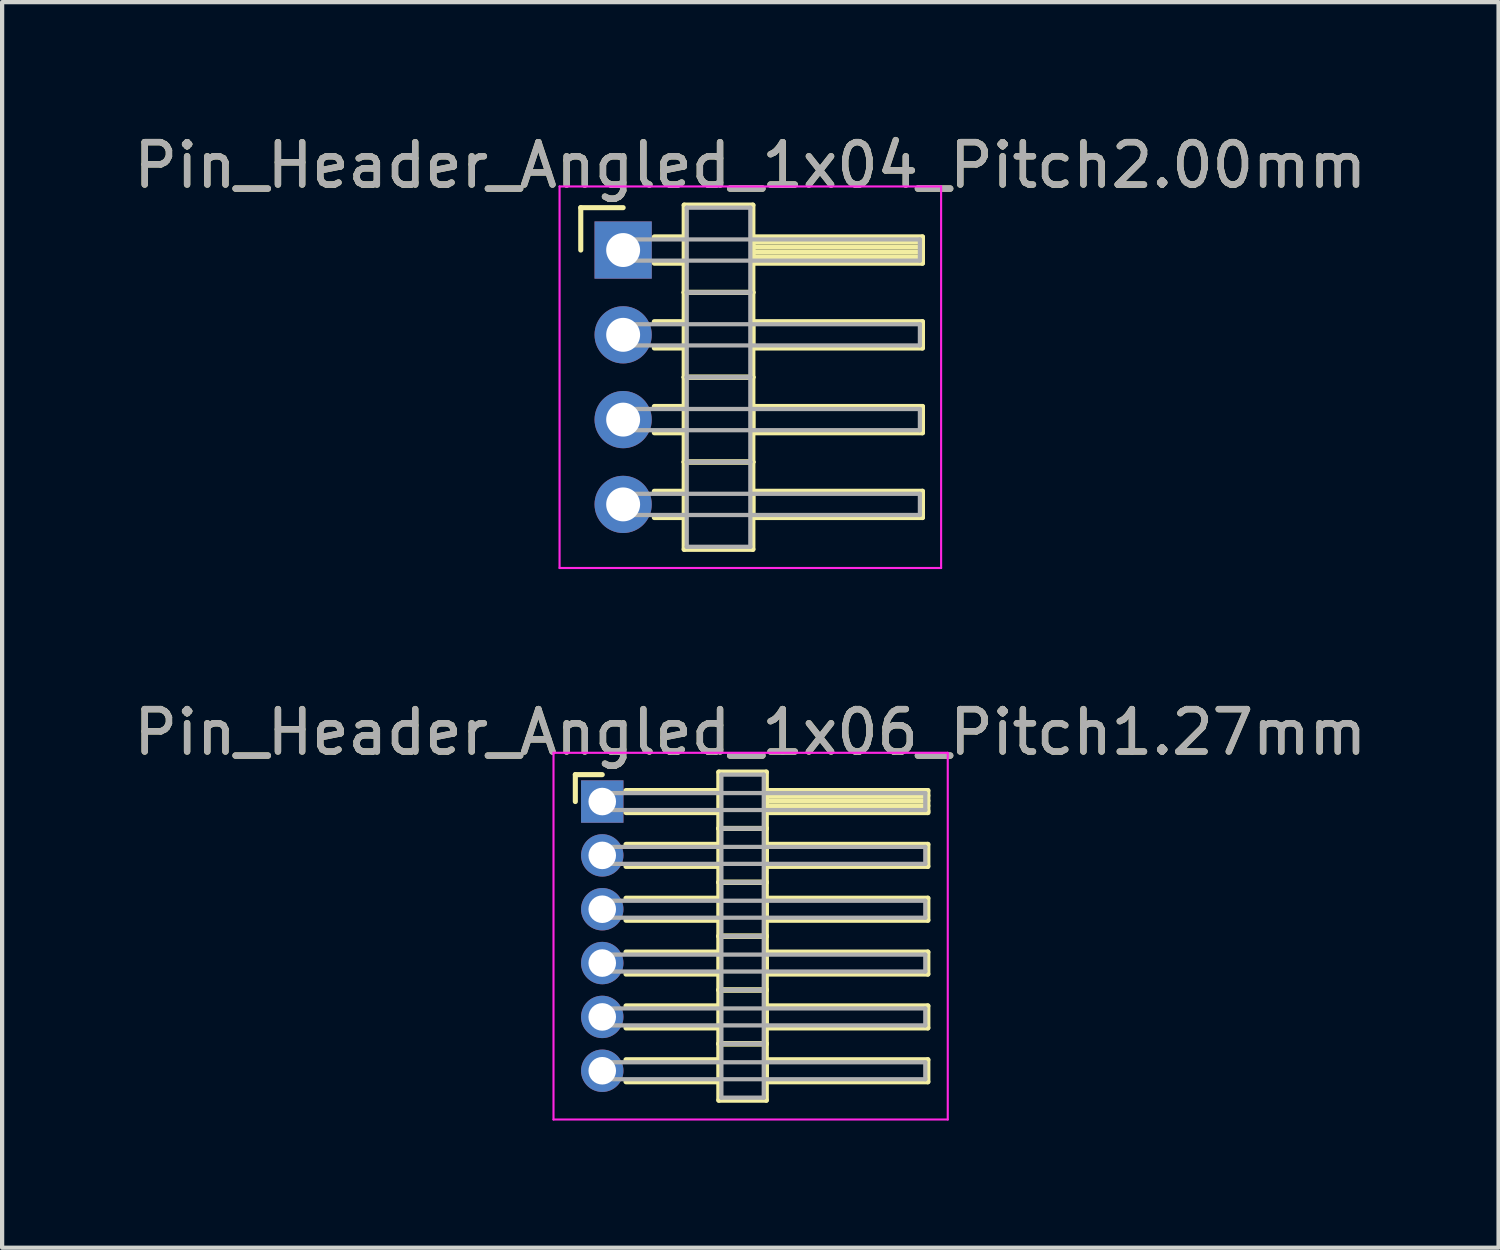
<source format=kicad_pcb>
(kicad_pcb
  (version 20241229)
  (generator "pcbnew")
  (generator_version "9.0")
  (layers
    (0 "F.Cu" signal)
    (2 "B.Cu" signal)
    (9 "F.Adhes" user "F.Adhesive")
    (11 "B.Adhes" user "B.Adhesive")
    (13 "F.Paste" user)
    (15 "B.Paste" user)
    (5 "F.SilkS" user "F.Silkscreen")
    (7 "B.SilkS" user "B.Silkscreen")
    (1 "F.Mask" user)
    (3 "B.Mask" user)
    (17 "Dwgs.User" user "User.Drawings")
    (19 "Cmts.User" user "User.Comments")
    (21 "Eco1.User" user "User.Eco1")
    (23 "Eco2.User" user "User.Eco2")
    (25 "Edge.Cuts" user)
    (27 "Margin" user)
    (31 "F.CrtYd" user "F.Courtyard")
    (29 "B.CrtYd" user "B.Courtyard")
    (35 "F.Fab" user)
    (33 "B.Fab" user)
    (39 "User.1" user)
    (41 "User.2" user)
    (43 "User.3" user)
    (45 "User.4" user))
  (footprint "Pin_Header_Angled_1x06_Pitch1.27mm"
    (layer "F.Cu")
    (at 11.156 15.857)
    (property "Reference" "Pin_Header_Angled_1x06_Pitch1.27mm" (at 3.493 -1.635 0) (layer "F.SilkS") (effects (font (size 1 1) (thickness 0.15))))
    (attr through_hole)
    (fp_line (start -0.635 -0.635) (end 0 -0.635) (stroke (width 0.12) (type solid)) (layer "F.SilkS"))
    (fp_line (start -0.635 0) (end -0.635 -0.635) (stroke (width 0.12) (type solid)) (layer "F.SilkS"))
    (fp_line (start 0.56 -0.26) (end 2.75 -0.26) (stroke (width 0.12) (type solid)) (layer "F.SilkS"))
    (fp_line (start 0.56 0.26) (end 2.75 0.26) (stroke (width 0.12) (type solid)) (layer "F.SilkS"))
    (fp_line (start 0.56 1.01) (end 2.75 1.01) (stroke (width 0.12) (type solid)) (layer "F.SilkS"))
    (fp_line (start 0.56 1.53) (end 2.75 1.53) (stroke (width 0.12) (type solid)) (layer "F.SilkS"))
    (fp_line (start 0.56 2.28) (end 2.75 2.28) (stroke (width 0.12) (type solid)) (layer "F.SilkS"))
    (fp_line (start 0.56 2.8) (end 2.75 2.8) (stroke (width 0.12) (type solid)) (layer "F.SilkS"))
    (fp_line (start 0.56 3.55) (end 2.75 3.55) (stroke (width 0.12) (type solid)) (layer "F.SilkS"))
    (fp_line (start 0.56 4.07) (end 2.75 4.07) (stroke (width 0.12) (type solid)) (layer "F.SilkS"))
    (fp_line (start 0.56 4.82) (end 2.75 4.82) (stroke (width 0.12) (type solid)) (layer "F.SilkS"))
    (fp_line (start 0.56 5.34) (end 2.75 5.34) (stroke (width 0.12) (type solid)) (layer "F.SilkS"))
    (fp_line (start 0.56 6.09) (end 2.75 6.09) (stroke (width 0.12) (type solid)) (layer "F.SilkS"))
    (fp_line (start 0.56 6.61) (end 2.75 6.61) (stroke (width 0.12) (type solid)) (layer "F.SilkS"))
    (fp_line (start 2.75 -0.695) (end 2.75 0.635) (stroke (width 0.12) (type solid)) (layer "F.SilkS"))
    (fp_line (start 2.75 0.635) (end 2.75 1.905) (stroke (width 0.12) (type solid)) (layer "F.SilkS"))
    (fp_line (start 2.75 0.635) (end 3.87 0.635) (stroke (width 0.12) (type solid)) (layer "F.SilkS"))
    (fp_line (start 2.75 1.905) (end 2.75 3.175) (stroke (width 0.12) (type solid)) (layer "F.SilkS"))
    (fp_line (start 2.75 1.905) (end 3.87 1.905) (stroke (width 0.12) (type solid)) (layer "F.SilkS"))
    (fp_line (start 2.75 3.175) (end 2.75 4.445) (stroke (width 0.12) (type solid)) (layer "F.SilkS"))
    (fp_line (start 2.75 3.175) (end 3.87 3.175) (stroke (width 0.12) (type solid)) (layer "F.SilkS"))
    (fp_line (start 2.75 4.445) (end 2.75 5.715) (stroke (width 0.12) (type solid)) (layer "F.SilkS"))
    (fp_line (start 2.75 4.445) (end 3.87 4.445) (stroke (width 0.12) (type solid)) (layer "F.SilkS"))
    (fp_line (start 2.75 5.715) (end 2.75 7.045) (stroke (width 0.12) (type solid)) (layer "F.SilkS"))
    (fp_line (start 2.75 5.715) (end 3.87 5.715) (stroke (width 0.12) (type solid)) (layer "F.SilkS"))
    (fp_line (start 2.75 7.045) (end 3.87 7.045) (stroke (width 0.12) (type solid)) (layer "F.SilkS"))
    (fp_line (start 3.87 -0.695) (end 2.75 -0.695) (stroke (width 0.12) (type solid)) (layer "F.SilkS"))
    (fp_line (start 3.87 -0.26) (end 3.87 0.26) (stroke (width 0.12) (type solid)) (layer "F.SilkS"))
    (fp_line (start 3.87 -0.14) (end 7.68 -0.14) (stroke (width 0.12) (type solid)) (layer "F.SilkS"))
    (fp_line (start 3.87 -0.02) (end 7.68 -0.02) (stroke (width 0.12) (type solid)) (layer "F.SilkS"))
    (fp_line (start 3.87 0.1) (end 7.68 0.1) (stroke (width 0.12) (type solid)) (layer "F.SilkS"))
    (fp_line (start 3.87 0.22) (end 7.68 0.22) (stroke (width 0.12) (type solid)) (layer "F.SilkS"))
    (fp_line (start 3.87 0.26) (end 7.68 0.26) (stroke (width 0.12) (type solid)) (layer "F.SilkS"))
    (fp_line (start 3.87 0.635) (end 2.75 0.635) (stroke (width 0.12) (type solid)) (layer "F.SilkS"))
    (fp_line (start 3.87 0.635) (end 3.87 -0.695) (stroke (width 0.12) (type solid)) (layer "F.SilkS"))
    (fp_line (start 3.87 1.01) (end 3.87 1.53) (stroke (width 0.12) (type solid)) (layer "F.SilkS"))
    (fp_line (start 3.87 1.53) (end 7.68 1.53) (stroke (width 0.12) (type solid)) (layer "F.SilkS"))
    (fp_line (start 3.87 1.905) (end 2.75 1.905) (stroke (width 0.12) (type solid)) (layer "F.SilkS"))
    (fp_line (start 3.87 1.905) (end 3.87 0.635) (stroke (width 0.12) (type solid)) (layer "F.SilkS"))
    (fp_line (start 3.87 2.28) (end 3.87 2.8) (stroke (width 0.12) (type solid)) (layer "F.SilkS"))
    (fp_line (start 3.87 2.8) (end 7.68 2.8) (stroke (width 0.12) (type solid)) (layer "F.SilkS"))
    (fp_line (start 3.87 3.175) (end 2.75 3.175) (stroke (width 0.12) (type solid)) (layer "F.SilkS"))
    (fp_line (start 3.87 3.175) (end 3.87 1.905) (stroke (width 0.12) (type solid)) (layer "F.SilkS"))
    (fp_line (start 3.87 3.55) (end 3.87 4.07) (stroke (width 0.12) (type solid)) (layer "F.SilkS"))
    (fp_line (start 3.87 4.07) (end 7.68 4.07) (stroke (width 0.12) (type solid)) (layer "F.SilkS"))
    (fp_line (start 3.87 4.445) (end 2.75 4.445) (stroke (width 0.12) (type solid)) (layer "F.SilkS"))
    (fp_line (start 3.87 4.445) (end 3.87 3.175) (stroke (width 0.12) (type solid)) (layer "F.SilkS"))
    (fp_line (start 3.87 4.82) (end 3.87 5.34) (stroke (width 0.12) (type solid)) (layer "F.SilkS"))
    (fp_line (start 3.87 5.34) (end 7.68 5.34) (stroke (width 0.12) (type solid)) (layer "F.SilkS"))
    (fp_line (start 3.87 5.715) (end 2.75 5.715) (stroke (width 0.12) (type solid)) (layer "F.SilkS"))
    (fp_line (start 3.87 5.715) (end 3.87 4.445) (stroke (width 0.12) (type solid)) (layer "F.SilkS"))
    (fp_line (start 3.87 6.09) (end 3.87 6.61) (stroke (width 0.12) (type solid)) (layer "F.SilkS"))
    (fp_line (start 3.87 6.61) (end 7.68 6.61) (stroke (width 0.12) (type solid)) (layer "F.SilkS"))
    (fp_line (start 3.87 7.045) (end 3.87 5.715) (stroke (width 0.12) (type solid)) (layer "F.SilkS"))
    (fp_line (start 7.68 -0.26) (end 3.87 -0.26) (stroke (width 0.12) (type solid)) (layer "F.SilkS"))
    (fp_line (start 7.68 0.26) (end 7.68 -0.26) (stroke (width 0.12) (type solid)) (layer "F.SilkS"))
    (fp_line (start 7.68 1.01) (end 3.87 1.01) (stroke (width 0.12) (type solid)) (layer "F.SilkS"))
    (fp_line (start 7.68 1.53) (end 7.68 1.01) (stroke (width 0.12) (type solid)) (layer "F.SilkS"))
    (fp_line (start 7.68 2.28) (end 3.87 2.28) (stroke (width 0.12) (type solid)) (layer "F.SilkS"))
    (fp_line (start 7.68 2.8) (end 7.68 2.28) (stroke (width 0.12) (type solid)) (layer "F.SilkS"))
    (fp_line (start 7.68 3.55) (end 3.87 3.55) (stroke (width 0.12) (type solid)) (layer "F.SilkS"))
    (fp_line (start 7.68 4.07) (end 7.68 3.55) (stroke (width 0.12) (type solid)) (layer "F.SilkS"))
    (fp_line (start 7.68 4.82) (end 3.87 4.82) (stroke (width 0.12) (type solid)) (layer "F.SilkS"))
    (fp_line (start 7.68 5.34) (end 7.68 4.82) (stroke (width 0.12) (type solid)) (layer "F.SilkS"))
    (fp_line (start 7.68 6.09) (end 3.87 6.09) (stroke (width 0.12) (type solid)) (layer "F.SilkS"))
    (fp_line (start 7.68 6.61) (end 7.68 6.09) (stroke (width 0.12) (type solid)) (layer "F.SilkS"))
    (fp_line (start -1.15 -1.15) (end -1.15 7.5) (stroke (width 0.05) (type solid)) (layer "F.CrtYd"))
    (fp_line (start -1.15 7.5) (end 8.15 7.5) (stroke (width 0.05) (type solid)) (layer "F.CrtYd"))
    (fp_line (start 8.15 -1.15) (end -1.15 -1.15) (stroke (width 0.05) (type solid)) (layer "F.CrtYd"))
    (fp_line (start 8.15 7.5) (end 8.15 -1.15) (stroke (width 0.05) (type solid)) (layer "F.CrtYd"))
    (fp_line (start 0 -0.2) (end 0 0.2) (stroke (width 0.1) (type solid)) (layer "F.Fab"))
    (fp_line (start 0 0.2) (end 7.62 0.2) (stroke (width 0.1) (type solid)) (layer "F.Fab"))
    (fp_line (start 0 1.07) (end 0 1.47) (stroke (width 0.1) (type solid)) (layer "F.Fab"))
    (fp_line (start 0 1.47) (end 7.62 1.47) (stroke (width 0.1) (type solid)) (layer "F.Fab"))
    (fp_line (start 0 2.34) (end 0 2.74) (stroke (width 0.1) (type solid)) (layer "F.Fab"))
    (fp_line (start 0 2.74) (end 7.62 2.74) (stroke (width 0.1) (type solid)) (layer "F.Fab"))
    (fp_line (start 0 3.61) (end 0 4.01) (stroke (width 0.1) (type solid)) (layer "F.Fab"))
    (fp_line (start 0 4.01) (end 7.62 4.01) (stroke (width 0.1) (type solid)) (layer "F.Fab"))
    (fp_line (start 0 4.88) (end 0 5.28) (stroke (width 0.1) (type solid)) (layer "F.Fab"))
    (fp_line (start 0 5.28) (end 7.62 5.28) (stroke (width 0.1) (type solid)) (layer "F.Fab"))
    (fp_line (start 0 6.15) (end 0 6.55) (stroke (width 0.1) (type solid)) (layer "F.Fab"))
    (fp_line (start 0 6.55) (end 7.62 6.55) (stroke (width 0.1) (type solid)) (layer "F.Fab"))
    (fp_line (start 2.81 -0.635) (end 2.81 0.635) (stroke (width 0.1) (type solid)) (layer "F.Fab"))
    (fp_line (start 2.81 0.635) (end 2.81 1.905) (stroke (width 0.1) (type solid)) (layer "F.Fab"))
    (fp_line (start 2.81 0.635) (end 3.81 0.635) (stroke (width 0.1) (type solid)) (layer "F.Fab"))
    (fp_line (start 2.81 1.905) (end 2.81 3.175) (stroke (width 0.1) (type solid)) (layer "F.Fab"))
    (fp_line (start 2.81 1.905) (end 3.81 1.905) (stroke (width 0.1) (type solid)) (layer "F.Fab"))
    (fp_line (start 2.81 3.175) (end 2.81 4.445) (stroke (width 0.1) (type solid)) (layer "F.Fab"))
    (fp_line (start 2.81 3.175) (end 3.81 3.175) (stroke (width 0.1) (type solid)) (layer "F.Fab"))
    (fp_line (start 2.81 4.445) (end 2.81 5.715) (stroke (width 0.1) (type solid)) (layer "F.Fab"))
    (fp_line (start 2.81 4.445) (end 3.81 4.445) (stroke (width 0.1) (type solid)) (layer "F.Fab"))
    (fp_line (start 2.81 5.715) (end 2.81 6.985) (stroke (width 0.1) (type solid)) (layer "F.Fab"))
    (fp_line (start 2.81 5.715) (end 3.81 5.715) (stroke (width 0.1) (type solid)) (layer "F.Fab"))
    (fp_line (start 2.81 6.985) (end 3.81 6.985) (stroke (width 0.1) (type solid)) (layer "F.Fab"))
    (fp_line (start 3.81 -0.635) (end 2.81 -0.635) (stroke (width 0.1) (type solid)) (layer "F.Fab"))
    (fp_line (start 3.81 0.635) (end 2.81 0.635) (stroke (width 0.1) (type solid)) (layer "F.Fab"))
    (fp_line (start 3.81 0.635) (end 3.81 -0.635) (stroke (width 0.1) (type solid)) (layer "F.Fab"))
    (fp_line (start 3.81 1.905) (end 2.81 1.905) (stroke (width 0.1) (type solid)) (layer "F.Fab"))
    (fp_line (start 3.81 1.905) (end 3.81 0.635) (stroke (width 0.1) (type solid)) (layer "F.Fab"))
    (fp_line (start 3.81 3.175) (end 2.81 3.175) (stroke (width 0.1) (type solid)) (layer "F.Fab"))
    (fp_line (start 3.81 3.175) (end 3.81 1.905) (stroke (width 0.1) (type solid)) (layer "F.Fab"))
    (fp_line (start 3.81 4.445) (end 2.81 4.445) (stroke (width 0.1) (type solid)) (layer "F.Fab"))
    (fp_line (start 3.81 4.445) (end 3.81 3.175) (stroke (width 0.1) (type solid)) (layer "F.Fab"))
    (fp_line (start 3.81 5.715) (end 2.81 5.715) (stroke (width 0.1) (type solid)) (layer "F.Fab"))
    (fp_line (start 3.81 5.715) (end 3.81 4.445) (stroke (width 0.1) (type solid)) (layer "F.Fab"))
    (fp_line (start 3.81 6.985) (end 3.81 5.715) (stroke (width 0.1) (type solid)) (layer "F.Fab"))
    (fp_line (start 7.62 -0.2) (end 0 -0.2) (stroke (width 0.1) (type solid)) (layer "F.Fab"))
    (fp_line (start 7.62 0.2) (end 7.62 -0.2) (stroke (width 0.1) (type solid)) (layer "F.Fab"))
    (fp_line (start 7.62 1.07) (end 0 1.07) (stroke (width 0.1) (type solid)) (layer "F.Fab"))
    (fp_line (start 7.62 1.47) (end 7.62 1.07) (stroke (width 0.1) (type solid)) (layer "F.Fab"))
    (fp_line (start 7.62 2.34) (end 0 2.34) (stroke (width 0.1) (type solid)) (layer "F.Fab"))
    (fp_line (start 7.62 2.74) (end 7.62 2.34) (stroke (width 0.1) (type solid)) (layer "F.Fab"))
    (fp_line (start 7.62 3.61) (end 0 3.61) (stroke (width 0.1) (type solid)) (layer "F.Fab"))
    (fp_line (start 7.62 4.01) (end 7.62 3.61) (stroke (width 0.1) (type solid)) (layer "F.Fab"))
    (fp_line (start 7.62 4.88) (end 0 4.88) (stroke (width 0.1) (type solid)) (layer "F.Fab"))
    (fp_line (start 7.62 5.28) (end 7.62 4.88) (stroke (width 0.1) (type solid)) (layer "F.Fab"))
    (fp_line (start 7.62 6.15) (end 0 6.15) (stroke (width 0.1) (type solid)) (layer "F.Fab"))
    (fp_line (start 7.62 6.55) (end 7.62 6.15) (stroke (width 0.1) (type solid)) (layer "F.Fab"))
    (fp_text user "${REFERENCE}" (at 3.493 -1.635 0) (layer "F.Fab") (effects (font (size 1 1) (thickness 0.15))))
    (pad "1" thru_hole rect (at 0 0) (size 1 1) (drill 0.65) (layers "*.Cu" "*.Mask"))
    (pad "2" thru_hole oval (at 0 1.27) (size 1 1) (drill 0.65) (layers "*.Cu" "*.Mask"))
    (pad "3" thru_hole oval (at 0 2.54) (size 1 1) (drill 0.65) (layers "*.Cu" "*.Mask"))
    (pad "4" thru_hole oval (at 0 3.81) (size 1 1) (drill 0.65) (layers "*.Cu" "*.Mask"))
    (pad "5" thru_hole oval (at 0 5.08) (size 1 1) (drill 0.65) (layers "*.Cu" "*.Mask"))
    (pad "6" thru_hole oval (at 0 6.35) (size 1 1) (drill 0.65) (layers "*.Cu" "*.Mask")))
  (footprint "Pin_Header_Angled_1x04_Pitch2.00mm"
    (layer "F.Cu")
    (at 11.649 2.848)
    (property "Reference" "Pin_Header_Angled_1x04_Pitch2.00mm" (at 3 -2 0) (layer "F.SilkS") (effects (font (size 1 1) (thickness 0.15))))
    (attr through_hole)
    (fp_line (start -1 -1) (end 0 -1) (stroke (width 0.12) (type solid)) (layer "F.SilkS"))
    (fp_line (start -1 0) (end -1 -1) (stroke (width 0.12) (type solid)) (layer "F.SilkS"))
    (fp_line (start 0.735 -0.31) (end 1.44 -0.31) (stroke (width 0.12) (type solid)) (layer "F.SilkS"))
    (fp_line (start 0.735 0.31) (end 1.44 0.31) (stroke (width 0.12) (type solid)) (layer "F.SilkS"))
    (fp_line (start 0.735 1.69) (end 1.44 1.69) (stroke (width 0.12) (type solid)) (layer "F.SilkS"))
    (fp_line (start 0.735 2.31) (end 1.44 2.31) (stroke (width 0.12) (type solid)) (layer "F.SilkS"))
    (fp_line (start 0.735 3.69) (end 1.44 3.69) (stroke (width 0.12) (type solid)) (layer "F.SilkS"))
    (fp_line (start 0.735 4.31) (end 1.44 4.31) (stroke (width 0.12) (type solid)) (layer "F.SilkS"))
    (fp_line (start 0.735 5.69) (end 1.44 5.69) (stroke (width 0.12) (type solid)) (layer "F.SilkS"))
    (fp_line (start 0.735 6.31) (end 1.44 6.31) (stroke (width 0.12) (type solid)) (layer "F.SilkS"))
    (fp_line (start 1.44 -1.06) (end 1.44 1) (stroke (width 0.12) (type solid)) (layer "F.SilkS"))
    (fp_line (start 1.44 1) (end 1.44 3) (stroke (width 0.12) (type solid)) (layer "F.SilkS"))
    (fp_line (start 1.44 1) (end 3.06 1) (stroke (width 0.12) (type solid)) (layer "F.SilkS"))
    (fp_line (start 1.44 3) (end 1.44 5) (stroke (width 0.12) (type solid)) (layer "F.SilkS"))
    (fp_line (start 1.44 3) (end 3.06 3) (stroke (width 0.12) (type solid)) (layer "F.SilkS"))
    (fp_line (start 1.44 5) (end 1.44 7.06) (stroke (width 0.12) (type solid)) (layer "F.SilkS"))
    (fp_line (start 1.44 5) (end 3.06 5) (stroke (width 0.12) (type solid)) (layer "F.SilkS"))
    (fp_line (start 1.44 7.06) (end 3.06 7.06) (stroke (width 0.12) (type solid)) (layer "F.SilkS"))
    (fp_line (start 3.06 -1.06) (end 1.44 -1.06) (stroke (width 0.12) (type solid)) (layer "F.SilkS"))
    (fp_line (start 3.06 -0.31) (end 3.06 0.31) (stroke (width 0.12) (type solid)) (layer "F.SilkS"))
    (fp_line (start 3.06 -0.19) (end 7.06 -0.19) (stroke (width 0.12) (type solid)) (layer "F.SilkS"))
    (fp_line (start 3.06 -0.07) (end 7.06 -0.07) (stroke (width 0.12) (type solid)) (layer "F.SilkS"))
    (fp_line (start 3.06 0.05) (end 7.06 0.05) (stroke (width 0.12) (type solid)) (layer "F.SilkS"))
    (fp_line (start 3.06 0.17) (end 7.06 0.17) (stroke (width 0.12) (type solid)) (layer "F.SilkS"))
    (fp_line (start 3.06 0.29) (end 7.06 0.29) (stroke (width 0.12) (type solid)) (layer "F.SilkS"))
    (fp_line (start 3.06 0.31) (end 7.06 0.31) (stroke (width 0.12) (type solid)) (layer "F.SilkS"))
    (fp_line (start 3.06 1) (end 1.44 1) (stroke (width 0.12) (type solid)) (layer "F.SilkS"))
    (fp_line (start 3.06 1) (end 3.06 -1.06) (stroke (width 0.12) (type solid)) (layer "F.SilkS"))
    (fp_line (start 3.06 1.69) (end 3.06 2.31) (stroke (width 0.12) (type solid)) (layer "F.SilkS"))
    (fp_line (start 3.06 2.31) (end 7.06 2.31) (stroke (width 0.12) (type solid)) (layer "F.SilkS"))
    (fp_line (start 3.06 3) (end 1.44 3) (stroke (width 0.12) (type solid)) (layer "F.SilkS"))
    (fp_line (start 3.06 3) (end 3.06 1) (stroke (width 0.12) (type solid)) (layer "F.SilkS"))
    (fp_line (start 3.06 3.69) (end 3.06 4.31) (stroke (width 0.12) (type solid)) (layer "F.SilkS"))
    (fp_line (start 3.06 4.31) (end 7.06 4.31) (stroke (width 0.12) (type solid)) (layer "F.SilkS"))
    (fp_line (start 3.06 5) (end 1.44 5) (stroke (width 0.12) (type solid)) (layer "F.SilkS"))
    (fp_line (start 3.06 5) (end 3.06 3) (stroke (width 0.12) (type solid)) (layer "F.SilkS"))
    (fp_line (start 3.06 5.69) (end 3.06 6.31) (stroke (width 0.12) (type solid)) (layer "F.SilkS"))
    (fp_line (start 3.06 6.31) (end 7.06 6.31) (stroke (width 0.12) (type solid)) (layer "F.SilkS"))
    (fp_line (start 3.06 7.06) (end 3.06 5) (stroke (width 0.12) (type solid)) (layer "F.SilkS"))
    (fp_line (start 7.06 -0.31) (end 3.06 -0.31) (stroke (width 0.12) (type solid)) (layer "F.SilkS"))
    (fp_line (start 7.06 0.31) (end 7.06 -0.31) (stroke (width 0.12) (type solid)) (layer "F.SilkS"))
    (fp_line (start 7.06 1.69) (end 3.06 1.69) (stroke (width 0.12) (type solid)) (layer "F.SilkS"))
    (fp_line (start 7.06 2.31) (end 7.06 1.69) (stroke (width 0.12) (type solid)) (layer "F.SilkS"))
    (fp_line (start 7.06 3.69) (end 3.06 3.69) (stroke (width 0.12) (type solid)) (layer "F.SilkS"))
    (fp_line (start 7.06 4.31) (end 7.06 3.69) (stroke (width 0.12) (type solid)) (layer "F.SilkS"))
    (fp_line (start 7.06 5.69) (end 3.06 5.69) (stroke (width 0.12) (type solid)) (layer "F.SilkS"))
    (fp_line (start 7.06 6.31) (end 7.06 5.69) (stroke (width 0.12) (type solid)) (layer "F.SilkS"))
    (fp_line (start -1.5 -1.5) (end -1.5 7.5) (stroke (width 0.05) (type solid)) (layer "F.CrtYd"))
    (fp_line (start -1.5 7.5) (end 7.5 7.5) (stroke (width 0.05) (type solid)) (layer "F.CrtYd"))
    (fp_line (start 7.5 -1.5) (end -1.5 -1.5) (stroke (width 0.05) (type solid)) (layer "F.CrtYd"))
    (fp_line (start 7.5 7.5) (end 7.5 -1.5) (stroke (width 0.05) (type solid)) (layer "F.CrtYd"))
    (fp_line (start 0 -0.25) (end 0 0.25) (stroke (width 0.1) (type solid)) (layer "F.Fab"))
    (fp_line (start 0 0.25) (end 7 0.25) (stroke (width 0.1) (type solid)) (layer "F.Fab"))
    (fp_line (start 0 1.75) (end 0 2.25) (stroke (width 0.1) (type solid)) (layer "F.Fab"))
    (fp_line (start 0 2.25) (end 7 2.25) (stroke (width 0.1) (type solid)) (layer "F.Fab"))
    (fp_line (start 0 3.75) (end 0 4.25) (stroke (width 0.1) (type solid)) (layer "F.Fab"))
    (fp_line (start 0 4.25) (end 7 4.25) (stroke (width 0.1) (type solid)) (layer "F.Fab"))
    (fp_line (start 0 5.75) (end 0 6.25) (stroke (width 0.1) (type solid)) (layer "F.Fab"))
    (fp_line (start 0 6.25) (end 7 6.25) (stroke (width 0.1) (type solid)) (layer "F.Fab"))
    (fp_line (start 1.5 -1) (end 1.5 1) (stroke (width 0.1) (type solid)) (layer "F.Fab"))
    (fp_line (start 1.5 1) (end 1.5 3) (stroke (width 0.1) (type solid)) (layer "F.Fab"))
    (fp_line (start 1.5 1) (end 3 1) (stroke (width 0.1) (type solid)) (layer "F.Fab"))
    (fp_line (start 1.5 3) (end 1.5 5) (stroke (width 0.1) (type solid)) (layer "F.Fab"))
    (fp_line (start 1.5 3) (end 3 3) (stroke (width 0.1) (type solid)) (layer "F.Fab"))
    (fp_line (start 1.5 5) (end 1.5 7) (stroke (width 0.1) (type solid)) (layer "F.Fab"))
    (fp_line (start 1.5 5) (end 3 5) (stroke (width 0.1) (type solid)) (layer "F.Fab"))
    (fp_line (start 1.5 7) (end 3 7) (stroke (width 0.1) (type solid)) (layer "F.Fab"))
    (fp_line (start 3 -1) (end 1.5 -1) (stroke (width 0.1) (type solid)) (layer "F.Fab"))
    (fp_line (start 3 1) (end 1.5 1) (stroke (width 0.1) (type solid)) (layer "F.Fab"))
    (fp_line (start 3 1) (end 3 -1) (stroke (width 0.1) (type solid)) (layer "F.Fab"))
    (fp_line (start 3 3) (end 1.5 3) (stroke (width 0.1) (type solid)) (layer "F.Fab"))
    (fp_line (start 3 3) (end 3 1) (stroke (width 0.1) (type solid)) (layer "F.Fab"))
    (fp_line (start 3 5) (end 1.5 5) (stroke (width 0.1) (type solid)) (layer "F.Fab"))
    (fp_line (start 3 5) (end 3 3) (stroke (width 0.1) (type solid)) (layer "F.Fab"))
    (fp_line (start 3 7) (end 3 5) (stroke (width 0.1) (type solid)) (layer "F.Fab"))
    (fp_line (start 7 -0.25) (end 0 -0.25) (stroke (width 0.1) (type solid)) (layer "F.Fab"))
    (fp_line (start 7 0.25) (end 7 -0.25) (stroke (width 0.1) (type solid)) (layer "F.Fab"))
    (fp_line (start 7 1.75) (end 0 1.75) (stroke (width 0.1) (type solid)) (layer "F.Fab"))
    (fp_line (start 7 2.25) (end 7 1.75) (stroke (width 0.1) (type solid)) (layer "F.Fab"))
    (fp_line (start 7 3.75) (end 0 3.75) (stroke (width 0.1) (type solid)) (layer "F.Fab"))
    (fp_line (start 7 4.25) (end 7 3.75) (stroke (width 0.1) (type solid)) (layer "F.Fab"))
    (fp_line (start 7 5.75) (end 0 5.75) (stroke (width 0.1) (type solid)) (layer "F.Fab"))
    (fp_line (start 7 6.25) (end 7 5.75) (stroke (width 0.1) (type solid)) (layer "F.Fab"))
    (fp_text user "${REFERENCE}" (at 3 -2 0) (layer "F.Fab") (effects (font (size 1 1) (thickness 0.15))))
    (pad "1" thru_hole rect (at 0 0) (size 1.35 1.35) (drill 0.8) (layers "*.Cu" "*.Mask"))
    (pad "2" thru_hole oval (at 0 2) (size 1.35 1.35) (drill 0.8) (layers "*.Cu" "*.Mask"))
    (pad "3" thru_hole oval (at 0 4) (size 1.35 1.35) (drill 0.8) (layers "*.Cu" "*.Mask"))
    (pad "4" thru_hole oval (at 0 6) (size 1.35 1.35) (drill 0.8) (layers "*.Cu" "*.Mask")))
  (gr_rect
    (start -3 -3)
    (end 32.298 26.381)
    (stroke (width 0.1) (type default))
    (fill no)
    (layer "Edge.Cuts")))
</source>
